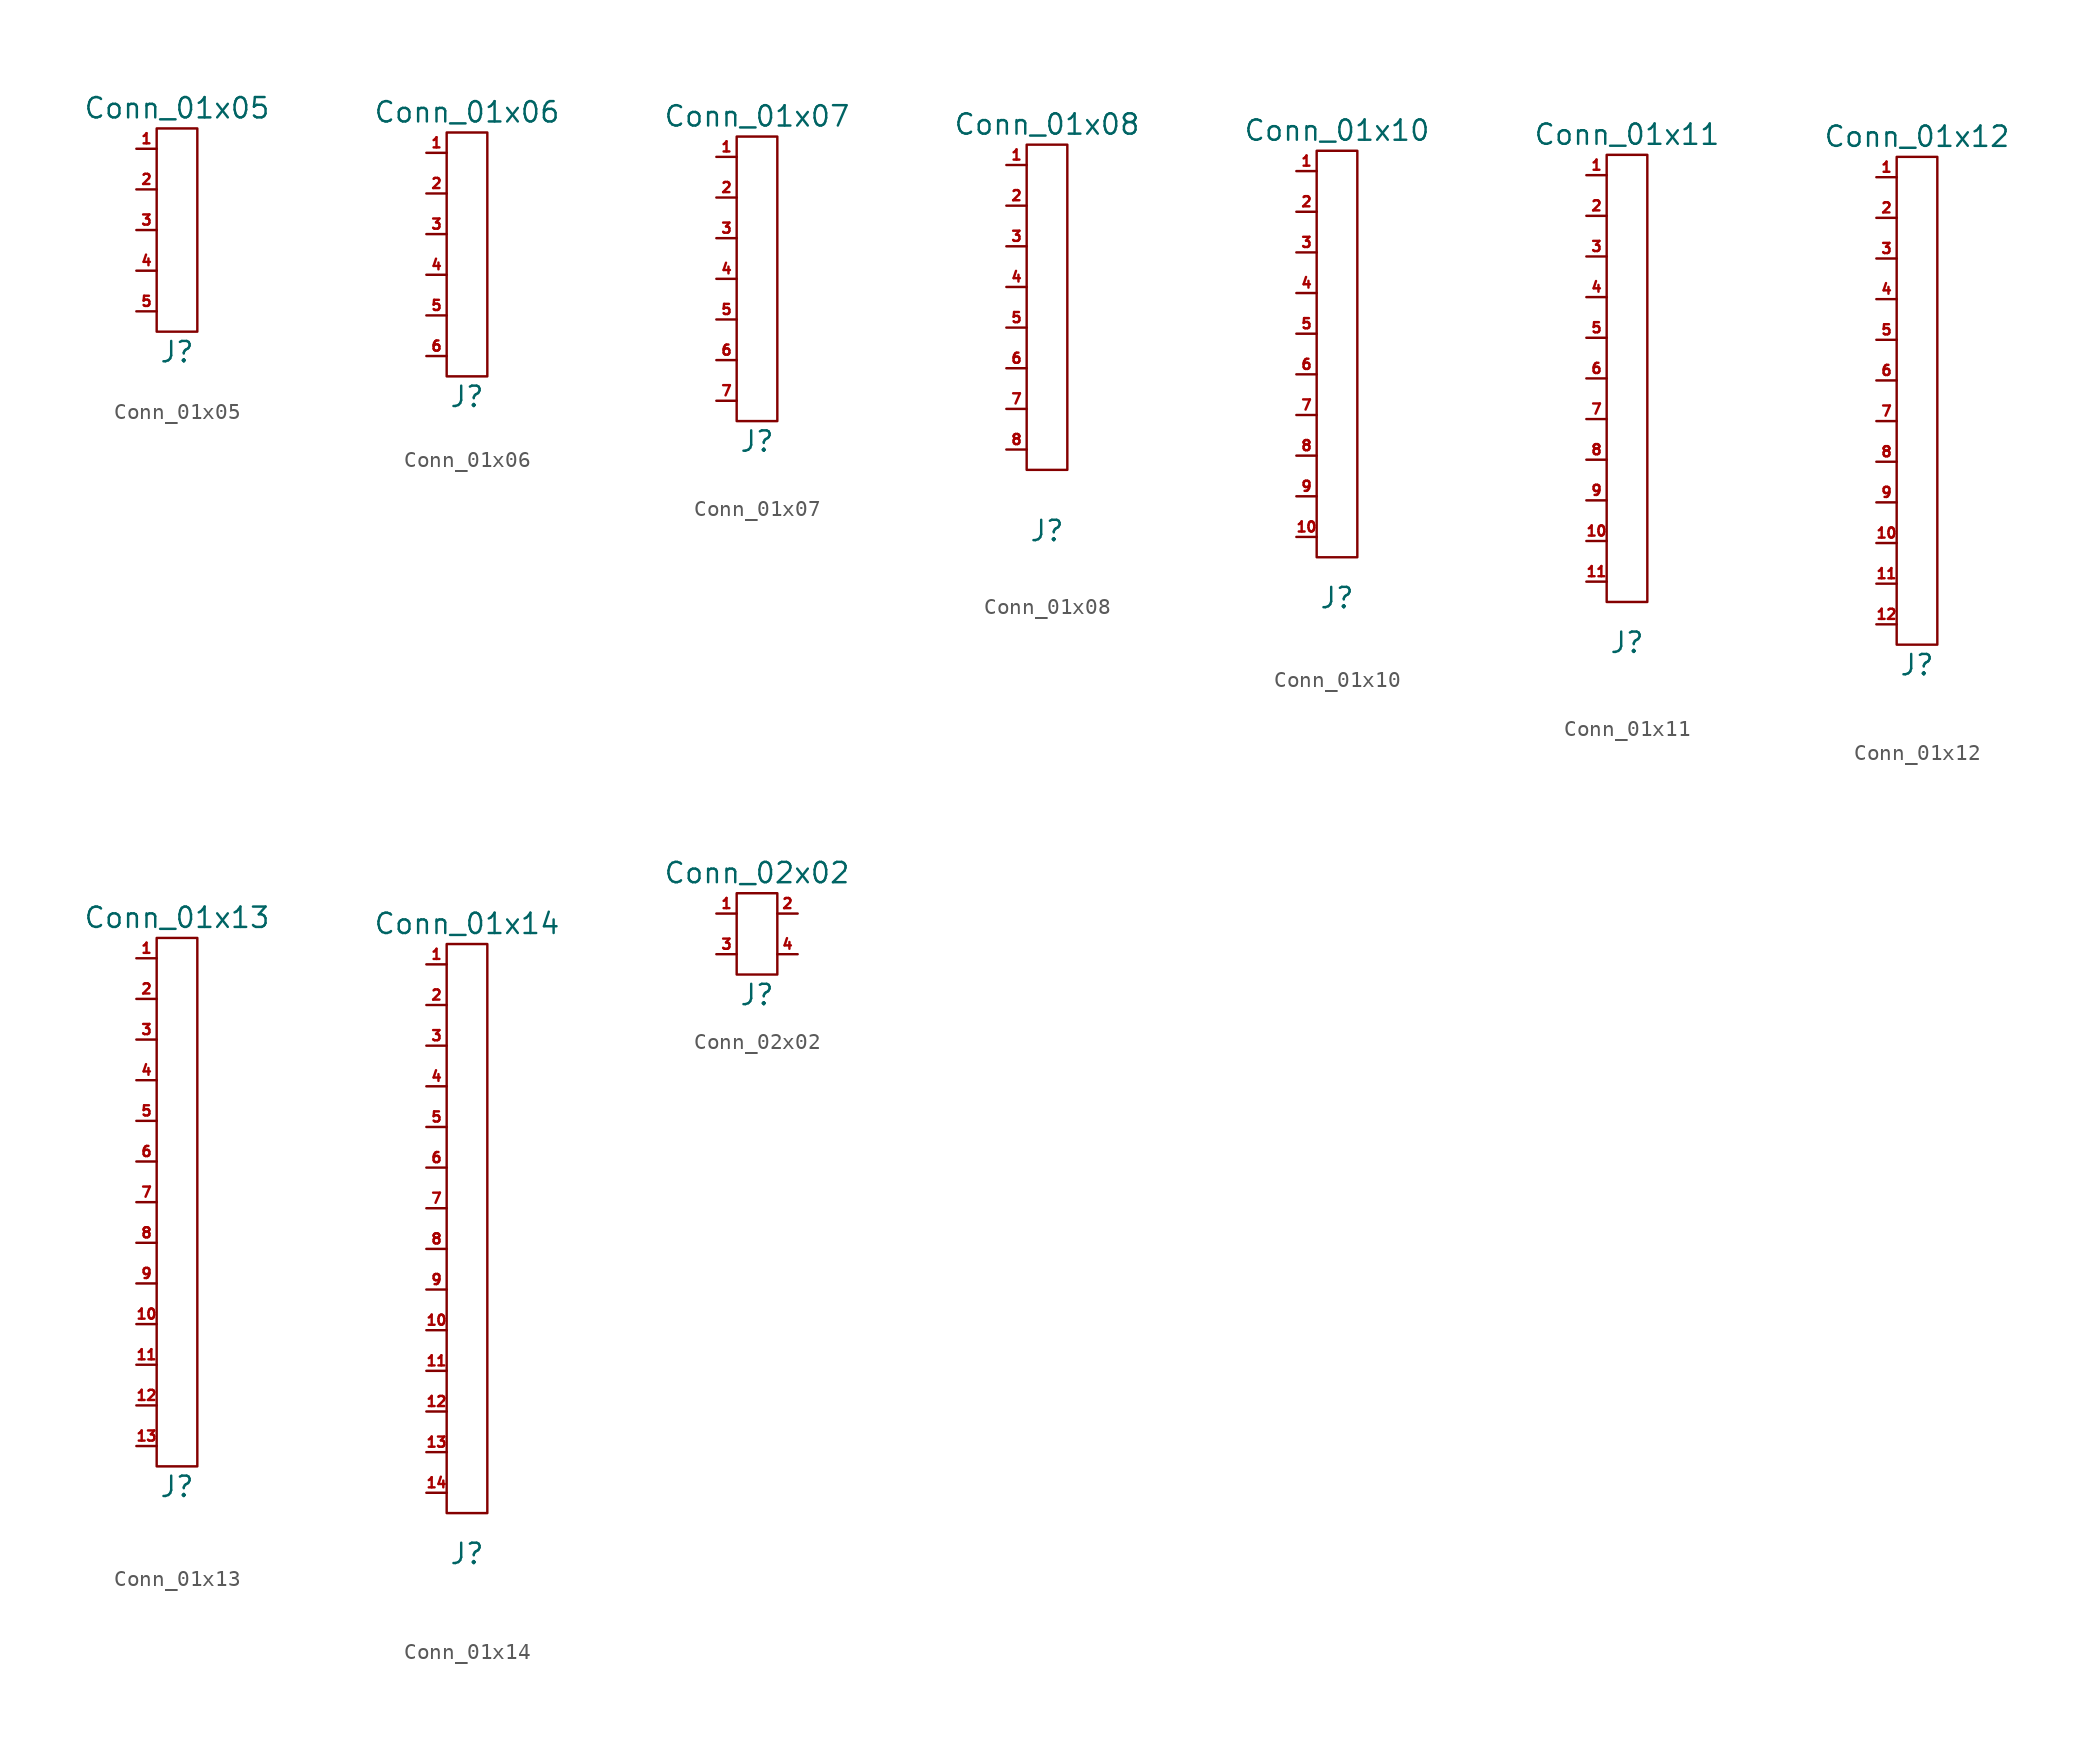
<source format=kicad_sym>
(kicad_symbol_lib
  (version 20211014)
  (generator kicad_symbol_editor)
  (symbol "Conn_01x05"
    (property "Reference" "J"
      (at 0 -7.62 0)
      (effects (font (size 1.27 1.27))))
    (property "Value" "Conn_01x05"
      (at 0 7.62 0)
      (effects (font (size 1.27 1.27))))
    (symbol "Conn_01x05_0_0"
      (pin passive line (at -2.54 5.08 0) (length 1.27) (name "" (effects (font (size 0.635 0.635)))) (number "1" (effects (font (size 0.635 0.635)))))
      (pin passive line (at -2.54 2.54 0) (length 1.27) (name "" (effects (font (size 0.635 0.635)))) (number "2" (effects (font (size 0.635 0.635)))))
      (pin passive line (at -2.54 0 0) (length 1.27) (name "" (effects (font (size 0.635 0.635)))) (number "3" (effects (font (size 0.635 0.635)))))
      (pin passive line (at -2.54 -2.54 0) (length 1.27) (name "" (effects (font (size 0.635 0.635)))) (number "4" (effects (font (size 0.635 0.635)))))
      (pin passive line (at -2.54 -5.08 0) (length 1.27) (name "" (effects (font (size 0.635 0.635)))) (number "5" (effects (font (size 0.635 0.635))))))
    (symbol "Conn_01x05_0_1"
      (rectangle (start -1.27 6.35) (end 1.27 -6.35) (stroke (width 0.152) (type default) (color 0 0 0 0)) (fill (type none)))))
  (symbol "Conn_01x06"
    (property "Reference" "J"
      (at 0 -16.51 0)
      (effects (font (size 1.27 1.27))))
    (property "Value" "Conn_01x06"
      (at 0 1.27 0)
      (effects (font (size 1.27 1.27))))
    (symbol "Conn_01x06_0_0"
      (pin passive line (at -2.54 -1.27 0) (length 1.27) (name "" (effects (font (size 0.635 0.635)))) (number "1" (effects (font (size 0.635 0.635)))))
      (pin passive line (at -2.54 -3.81 0) (length 1.27) (name "" (effects (font (size 0.635 0.635)))) (number "2" (effects (font (size 0.635 0.635)))))
      (pin passive line (at -2.54 -6.35 0) (length 1.27) (name "" (effects (font (size 0.635 0.635)))) (number "3" (effects (font (size 0.635 0.635)))))
      (pin passive line (at -2.54 -8.89 0) (length 1.27) (name "" (effects (font (size 0.635 0.635)))) (number "4" (effects (font (size 0.635 0.635)))))
      (pin passive line (at -2.54 -11.43 0) (length 1.27) (name "" (effects (font (size 0.635 0.635)))) (number "5" (effects (font (size 0.635 0.635)))))
      (pin passive line (at -2.54 -13.97 0) (length 1.27) (name "" (effects (font (size 0.635 0.635)))) (number "6" (effects (font (size 0.635 0.635))))))
    (symbol "Conn_01x06_0_1"
      (rectangle (start -1.27 0) (end 1.27 -15.24) (stroke (width 0.152) (type default) (color 0 0 0 0)) (fill (type none)))))
  (symbol "Conn_01x07"
    (property "Reference" "J"
      (at 0 -20.32 0)
      (effects (font (size 1.27 1.27))))
    (property "Value" "Conn_01x07"
      (at 0 0 0)
      (effects (font (size 1.27 1.27))))
    (symbol "Conn_01x07_0_0"
      (pin passive line (at -2.54 -2.54 0) (length 1.27) (name "" (effects (font (size 0.635 0.635)))) (number "1" (effects (font (size 0.635 0.635)))))
      (pin passive line (at -2.54 -5.08 0) (length 1.27) (name "" (effects (font (size 0.635 0.635)))) (number "2" (effects (font (size 0.635 0.635)))))
      (pin passive line (at -2.54 -7.62 0) (length 1.27) (name "" (effects (font (size 0.635 0.635)))) (number "3" (effects (font (size 0.635 0.635)))))
      (pin passive line (at -2.54 -10.16 0) (length 1.27) (name "" (effects (font (size 0.635 0.635)))) (number "4" (effects (font (size 0.635 0.635)))))
      (pin passive line (at -2.54 -12.7 0) (length 1.27) (name "" (effects (font (size 0.635 0.635)))) (number "5" (effects (font (size 0.635 0.635)))))
      (pin passive line (at -2.54 -15.24 0) (length 1.27) (name "" (effects (font (size 0.635 0.635)))) (number "6" (effects (font (size 0.635 0.635)))))
      (pin passive line (at -2.54 -17.78 0) (length 1.27) (name "" (effects (font (size 0.635 0.635)))) (number "7" (effects (font (size 0.635 0.635))))))
    (symbol "Conn_01x07_0_1"
      (rectangle (start -1.27 -1.27) (end 1.27 -19.05) (stroke (width 0.152) (type default) (color 0 0 0 0)) (fill (type none)))))
  (symbol "Conn_01x08"
    (property "Reference" "J"
      (at 0 -25.4 0)
      (effects (font (size 1.27 1.27))))
    (property "Value" "Conn_01x08"
      (at 0 0 0)
      (effects (font (size 1.27 1.27))))
    (symbol "Conn_01x08_0_0"
      (pin passive line (at -2.54 -2.54 0) (length 1.27) (name "" (effects (font (size 0.635 0.635)))) (number "1" (effects (font (size 0.635 0.635)))))
      (pin passive line (at -2.54 -5.08 0) (length 1.27) (name "" (effects (font (size 0.635 0.635)))) (number "2" (effects (font (size 0.635 0.635)))))
      (pin passive line (at -2.54 -7.62 0) (length 1.27) (name "" (effects (font (size 0.635 0.635)))) (number "3" (effects (font (size 0.635 0.635)))))
      (pin passive line (at -2.54 -10.16 0) (length 1.27) (name "" (effects (font (size 0.635 0.635)))) (number "4" (effects (font (size 0.635 0.635)))))
      (pin passive line (at -2.54 -12.7 0) (length 1.27) (name "" (effects (font (size 0.635 0.635)))) (number "5" (effects (font (size 0.635 0.635)))))
      (pin passive line (at -2.54 -15.24 0) (length 1.27) (name "" (effects (font (size 0.635 0.635)))) (number "6" (effects (font (size 0.635 0.635)))))
      (pin passive line (at -2.54 -17.78 0) (length 1.27) (name "" (effects (font (size 0.635 0.635)))) (number "7" (effects (font (size 0.635 0.635)))))
      (pin passive line (at -2.54 -20.32 0) (length 1.27) (name "" (effects (font (size 0.635 0.635)))) (number "8" (effects (font (size 0.635 0.635))))))
    (symbol "Conn_01x08_0_1"
      (rectangle (start -1.27 -1.27) (end 1.27 -21.59) (stroke (width 0.152) (type default) (color 0 0 0 0)) (fill (type none)))))
  (symbol "Conn_01x10"
    (property "Reference" "J"
      (at 0 -29.21 0)
      (effects (font (size 1.27 1.27))))
    (property "Value" "Conn_01x10"
      (at 0 0 0)
      (effects (font (size 1.27 1.27))))
    (symbol "Conn_01x10_0_0"
      (pin passive line (at -2.54 -2.54 0) (length 1.27) (name "" (effects (font (size 0.635 0.635)))) (number "1" (effects (font (size 0.635 0.635)))))
      (pin passive line (at -2.54 -25.4 0) (length 1.27) (name "" (effects (font (size 0.635 0.635)))) (number "10" (effects (font (size 0.635 0.635)))))
      (pin passive line (at -2.54 -5.08 0) (length 1.27) (name "" (effects (font (size 0.635 0.635)))) (number "2" (effects (font (size 0.635 0.635)))))
      (pin passive line (at -2.54 -7.62 0) (length 1.27) (name "" (effects (font (size 0.635 0.635)))) (number "3" (effects (font (size 0.635 0.635)))))
      (pin passive line (at -2.54 -10.16 0) (length 1.27) (name "" (effects (font (size 0.635 0.635)))) (number "4" (effects (font (size 0.635 0.635)))))
      (pin passive line (at -2.54 -12.7 0) (length 1.27) (name "" (effects (font (size 0.635 0.635)))) (number "5" (effects (font (size 0.635 0.635)))))
      (pin passive line (at -2.54 -15.24 0) (length 1.27) (name "" (effects (font (size 0.635 0.635)))) (number "6" (effects (font (size 0.635 0.635)))))
      (pin passive line (at -2.54 -17.78 0) (length 1.27) (name "" (effects (font (size 0.635 0.635)))) (number "7" (effects (font (size 0.635 0.635)))))
      (pin passive line (at -2.54 -20.32 0) (length 1.27) (name "" (effects (font (size 0.635 0.635)))) (number "8" (effects (font (size 0.635 0.635)))))
      (pin passive line (at -2.54 -22.86 0) (length 1.27) (name "" (effects (font (size 0.635 0.635)))) (number "9" (effects (font (size 0.635 0.635))))))
    (symbol "Conn_01x10_0_1"
      (rectangle (start -1.27 -1.27) (end 1.27 -26.67) (stroke (width 0.152) (type default) (color 0 0 0 0)) (fill (type none)))))
  (symbol "Conn_01x11"
    (property "Reference" "J"
      (at 0 -31.75 0)
      (effects (font (size 1.27 1.27))))
    (property "Value" "Conn_01x11"
      (at 0 0 0)
      (effects (font (size 1.27 1.27))))
    (symbol "Conn_01x11_0_0"
      (pin passive line (at -2.54 -2.54 0) (length 1.27) (name "" (effects (font (size 0.635 0.635)))) (number "1" (effects (font (size 0.635 0.635)))))
      (pin passive line (at -2.54 -25.4 0) (length 1.27) (name "" (effects (font (size 0.635 0.635)))) (number "10" (effects (font (size 0.635 0.635)))))
      (pin passive line (at -2.54 -27.94 0) (length 1.27) (name "" (effects (font (size 0.635 0.635)))) (number "11" (effects (font (size 0.635 0.635)))))
      (pin passive line (at -2.54 -5.08 0) (length 1.27) (name "" (effects (font (size 0.635 0.635)))) (number "2" (effects (font (size 0.635 0.635)))))
      (pin passive line (at -2.54 -7.62 0) (length 1.27) (name "" (effects (font (size 0.635 0.635)))) (number "3" (effects (font (size 0.635 0.635)))))
      (pin passive line (at -2.54 -10.16 0) (length 1.27) (name "" (effects (font (size 0.635 0.635)))) (number "4" (effects (font (size 0.635 0.635)))))
      (pin passive line (at -2.54 -12.7 0) (length 1.27) (name "" (effects (font (size 0.635 0.635)))) (number "5" (effects (font (size 0.635 0.635)))))
      (pin passive line (at -2.54 -15.24 0) (length 1.27) (name "" (effects (font (size 0.635 0.635)))) (number "6" (effects (font (size 0.635 0.635)))))
      (pin passive line (at -2.54 -17.78 0) (length 1.27) (name "" (effects (font (size 0.635 0.635)))) (number "7" (effects (font (size 0.635 0.635)))))
      (pin passive line (at -2.54 -20.32 0) (length 1.27) (name "" (effects (font (size 0.635 0.635)))) (number "8" (effects (font (size 0.635 0.635)))))
      (pin passive line (at -2.54 -22.86 0) (length 1.27) (name "" (effects (font (size 0.635 0.635)))) (number "9" (effects (font (size 0.635 0.635))))))
    (symbol "Conn_01x11_0_1"
      (rectangle (start -1.27 -1.27) (end 1.27 -29.21) (stroke (width 0.152) (type default) (color 0 0 0 0)) (fill (type none)))))
  (symbol "Conn_01x12"
    (property "Reference" "J"
      (at 0 -33.02 0)
      (effects (font (size 1.27 1.27))))
    (property "Value" "Conn_01x12"
      (at 0 0 0)
      (effects (font (size 1.27 1.27))))
    (symbol "Conn_01x12_0_0"
      (pin passive line (at -2.54 -2.54 0) (length 1.27) (name "" (effects (font (size 0.635 0.635)))) (number "1" (effects (font (size 0.635 0.635)))))
      (pin passive line (at -2.54 -25.4 0) (length 1.27) (name "" (effects (font (size 0.635 0.635)))) (number "10" (effects (font (size 0.635 0.635)))))
      (pin passive line (at -2.54 -27.94 0) (length 1.27) (name "" (effects (font (size 0.635 0.635)))) (number "11" (effects (font (size 0.635 0.635)))))
      (pin passive line (at -2.54 -30.48 0) (length 1.27) (name "" (effects (font (size 0.635 0.635)))) (number "12" (effects (font (size 0.635 0.635)))))
      (pin passive line (at -2.54 -5.08 0) (length 1.27) (name "" (effects (font (size 0.635 0.635)))) (number "2" (effects (font (size 0.635 0.635)))))
      (pin passive line (at -2.54 -7.62 0) (length 1.27) (name "" (effects (font (size 0.635 0.635)))) (number "3" (effects (font (size 0.635 0.635)))))
      (pin passive line (at -2.54 -10.16 0) (length 1.27) (name "" (effects (font (size 0.635 0.635)))) (number "4" (effects (font (size 0.635 0.635)))))
      (pin passive line (at -2.54 -12.7 0) (length 1.27) (name "" (effects (font (size 0.635 0.635)))) (number "5" (effects (font (size 0.635 0.635)))))
      (pin passive line (at -2.54 -15.24 0) (length 1.27) (name "" (effects (font (size 0.635 0.635)))) (number "6" (effects (font (size 0.635 0.635)))))
      (pin passive line (at -2.54 -17.78 0) (length 1.27) (name "" (effects (font (size 0.635 0.635)))) (number "7" (effects (font (size 0.635 0.635)))))
      (pin passive line (at -2.54 -20.32 0) (length 1.27) (name "" (effects (font (size 0.635 0.635)))) (number "8" (effects (font (size 0.635 0.635)))))
      (pin passive line (at -2.54 -22.86 0) (length 1.27) (name "" (effects (font (size 0.635 0.635)))) (number "9" (effects (font (size 0.635 0.635))))))
    (symbol "Conn_01x12_0_1"
      (rectangle (start -1.27 -1.27) (end 1.27 -31.75) (stroke (width 0.152) (type default) (color 0 0 0 0)) (fill (type none)))))
  (symbol "Conn_01x13"
    (property "Reference" "J"
      (at 0 -35.56 0)
      (effects (font (size 1.27 1.27))))
    (property "Value" "Conn_01x13"
      (at 0 0 0)
      (effects (font (size 1.27 1.27))))
    (symbol "Conn_01x13_0_0"
      (pin passive line (at -2.54 -2.54 0) (length 1.27) (name "" (effects (font (size 0.635 0.635)))) (number "1" (effects (font (size 0.635 0.635)))))
      (pin passive line (at -2.54 -25.4 0) (length 1.27) (name "" (effects (font (size 0.635 0.635)))) (number "10" (effects (font (size 0.635 0.635)))))
      (pin passive line (at -2.54 -27.94 0) (length 1.27) (name "" (effects (font (size 0.635 0.635)))) (number "11" (effects (font (size 0.635 0.635)))))
      (pin passive line (at -2.54 -30.48 0) (length 1.27) (name "" (effects (font (size 0.635 0.635)))) (number "12" (effects (font (size 0.635 0.635)))))
      (pin passive line (at -2.54 -33.02 0) (length 1.27) (name "" (effects (font (size 0.635 0.635)))) (number "13" (effects (font (size 0.635 0.635)))))
      (pin passive line (at -2.54 -5.08 0) (length 1.27) (name "" (effects (font (size 0.635 0.635)))) (number "2" (effects (font (size 0.635 0.635)))))
      (pin passive line (at -2.54 -7.62 0) (length 1.27) (name "" (effects (font (size 0.635 0.635)))) (number "3" (effects (font (size 0.635 0.635)))))
      (pin passive line (at -2.54 -10.16 0) (length 1.27) (name "" (effects (font (size 0.635 0.635)))) (number "4" (effects (font (size 0.635 0.635)))))
      (pin passive line (at -2.54 -12.7 0) (length 1.27) (name "" (effects (font (size 0.635 0.635)))) (number "5" (effects (font (size 0.635 0.635)))))
      (pin passive line (at -2.54 -15.24 0) (length 1.27) (name "" (effects (font (size 0.635 0.635)))) (number "6" (effects (font (size 0.635 0.635)))))
      (pin passive line (at -2.54 -17.78 0) (length 1.27) (name "" (effects (font (size 0.635 0.635)))) (number "7" (effects (font (size 0.635 0.635)))))
      (pin passive line (at -2.54 -20.32 0) (length 1.27) (name "" (effects (font (size 0.635 0.635)))) (number "8" (effects (font (size 0.635 0.635)))))
      (pin passive line (at -2.54 -22.86 0) (length 1.27) (name "" (effects (font (size 0.635 0.635)))) (number "9" (effects (font (size 0.635 0.635))))))
    (symbol "Conn_01x13_0_1"
      (rectangle (start -1.27 -1.27) (end 1.27 -34.29) (stroke (width 0.152) (type default) (color 0 0 0 0)) (fill (type none)))))
  (symbol "Conn_01x14"
    (property "Reference" "J"
      (at 0 -39.37 0)
      (effects (font (size 1.27 1.27))))
    (property "Value" "Conn_01x14"
      (at 0 0 0)
      (effects (font (size 1.27 1.27))))
    (symbol "Conn_01x14_0_0"
      (pin passive line (at -2.54 -2.54 0) (length 1.27) (name "" (effects (font (size 0.635 0.635)))) (number "1" (effects (font (size 0.635 0.635)))))
      (pin passive line (at -2.54 -25.4 0) (length 1.27) (name "" (effects (font (size 0.635 0.635)))) (number "10" (effects (font (size 0.635 0.635)))))
      (pin passive line (at -2.54 -27.94 0) (length 1.27) (name "" (effects (font (size 0.635 0.635)))) (number "11" (effects (font (size 0.635 0.635)))))
      (pin passive line (at -2.54 -30.48 0) (length 1.27) (name "" (effects (font (size 0.635 0.635)))) (number "12" (effects (font (size 0.635 0.635)))))
      (pin passive line (at -2.54 -33.02 0) (length 1.27) (name "" (effects (font (size 0.635 0.635)))) (number "13" (effects (font (size 0.635 0.635)))))
      (pin passive line (at -2.54 -35.56 0) (length 1.27) (name "" (effects (font (size 0.635 0.635)))) (number "14" (effects (font (size 0.635 0.635)))))
      (pin passive line (at -2.54 -5.08 0) (length 1.27) (name "" (effects (font (size 0.635 0.635)))) (number "2" (effects (font (size 0.635 0.635)))))
      (pin passive line (at -2.54 -7.62 0) (length 1.27) (name "" (effects (font (size 0.635 0.635)))) (number "3" (effects (font (size 0.635 0.635)))))
      (pin passive line (at -2.54 -10.16 0) (length 1.27) (name "" (effects (font (size 0.635 0.635)))) (number "4" (effects (font (size 0.635 0.635)))))
      (pin passive line (at -2.54 -12.7 0) (length 1.27) (name "" (effects (font (size 0.635 0.635)))) (number "5" (effects (font (size 0.635 0.635)))))
      (pin passive line (at -2.54 -15.24 0) (length 1.27) (name "" (effects (font (size 0.635 0.635)))) (number "6" (effects (font (size 0.635 0.635)))))
      (pin passive line (at -2.54 -17.78 0) (length 1.27) (name "" (effects (font (size 0.635 0.635)))) (number "7" (effects (font (size 0.635 0.635)))))
      (pin passive line (at -2.54 -20.32 0) (length 1.27) (name "" (effects (font (size 0.635 0.635)))) (number "8" (effects (font (size 0.635 0.635)))))
      (pin passive line (at -2.54 -22.86 0) (length 1.27) (name "" (effects (font (size 0.635 0.635)))) (number "9" (effects (font (size 0.635 0.635))))))
    (symbol "Conn_01x14_0_1"
      (rectangle (start -1.27 -1.27) (end 1.27 -36.83) (stroke (width 0.152) (type default) (color 0 0 0 0)) (fill (type none)))))
  (symbol "Conn_02x02"
    (property "Reference" "J"
      (at 0 -5.08 0)
      (effects (font (size 1.27 1.27))))
    (property "Value" "Conn_02x02"
      (at 0 2.54 0)
      (effects (font (size 1.27 1.27))))
    (symbol "Conn_02x02_0_0"
      (pin passive line (at -2.54 0 0) (length 1.27) (name "" (effects (font (size 0.635 0.635)))) (number "1" (effects (font (size 0.635 0.635)))))
      (pin passive line (at 2.54 0 180) (length 1.27) (name "" (effects (font (size 0.635 0.635)))) (number "2" (effects (font (size 0.635 0.635)))))
      (pin passive line (at -2.54 -2.54 0) (length 1.27) (name "" (effects (font (size 0.635 0.635)))) (number "3" (effects (font (size 0.635 0.635)))))
      (pin passive line (at 2.54 -2.54 180) (length 1.27) (name "" (effects (font (size 0.635 0.635)))) (number "4" (effects (font (size 0.635 0.635))))))
    (symbol "Conn_02x02_0_1"
      (rectangle (start -1.27 1.27) (end 1.27 -3.81) (stroke (width 0.152) (type default) (color 0 0 0 0)) (fill (type none))))))
</source>
